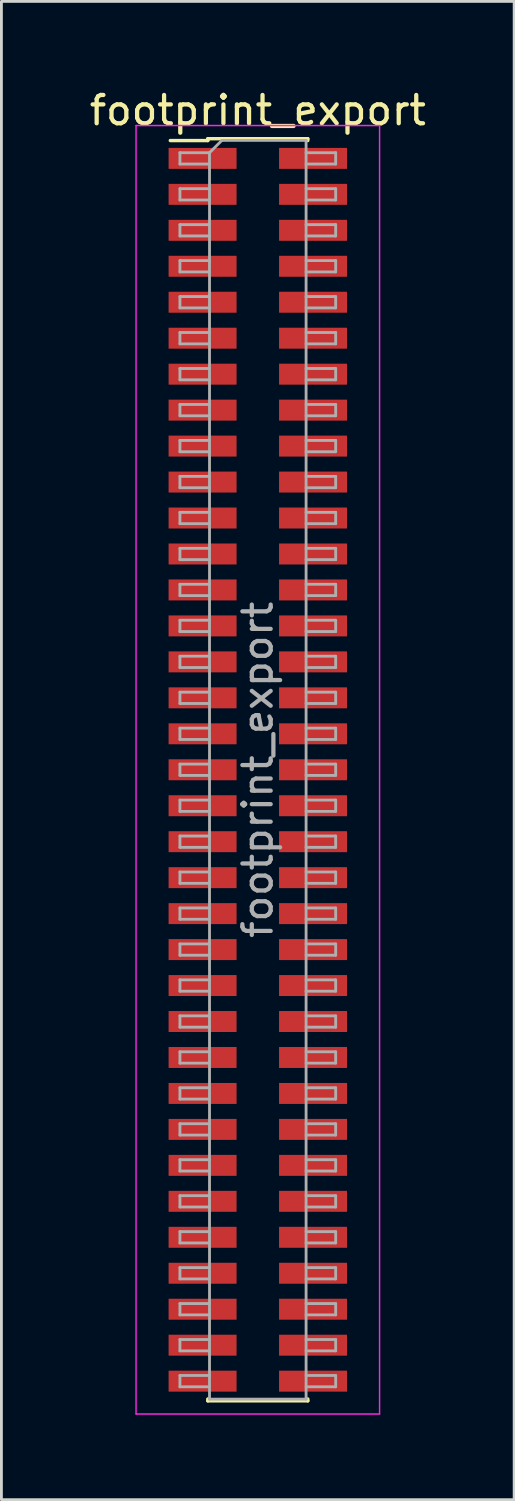
<source format=kicad_pcb>
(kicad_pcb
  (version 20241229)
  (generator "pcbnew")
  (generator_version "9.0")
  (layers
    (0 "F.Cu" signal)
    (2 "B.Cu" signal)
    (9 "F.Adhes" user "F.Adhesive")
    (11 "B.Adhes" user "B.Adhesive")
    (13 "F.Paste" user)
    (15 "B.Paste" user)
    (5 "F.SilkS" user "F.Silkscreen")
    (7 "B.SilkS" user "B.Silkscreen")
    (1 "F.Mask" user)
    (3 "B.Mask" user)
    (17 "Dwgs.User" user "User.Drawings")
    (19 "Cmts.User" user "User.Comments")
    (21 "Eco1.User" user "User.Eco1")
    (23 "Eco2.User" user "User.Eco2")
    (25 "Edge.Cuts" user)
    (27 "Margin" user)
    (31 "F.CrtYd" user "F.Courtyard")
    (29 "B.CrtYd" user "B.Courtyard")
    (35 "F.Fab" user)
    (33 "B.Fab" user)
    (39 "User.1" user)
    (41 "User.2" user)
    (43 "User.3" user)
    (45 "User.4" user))
  (footprint "footprint_export"
    (layer "F.Cu")
    (at 6.054 24.133)
    (property "Reference" "footprint_export" (at 0 -23.285 0) (layer "F.SilkS") (effects (font (size 1 1) (thickness 0.15))))
    (attr smd)
    (fp_line (start -3.09 -22.22) (end -1.765 -22.22) (stroke (width 0.12) (type solid)) (layer "F.SilkS"))
    (fp_line (start -1.765 -22.285) (end -1.765 -22.22) (stroke (width 0.12) (type solid)) (layer "F.SilkS"))
    (fp_line (start -1.765 -22.285) (end 1.765 -22.285) (stroke (width 0.12) (type solid)) (layer "F.SilkS"))
    (fp_line (start -1.765 22.22) (end -1.765 22.285) (stroke (width 0.12) (type solid)) (layer "F.SilkS"))
    (fp_line (start -1.765 22.285) (end 1.765 22.285) (stroke (width 0.12) (type solid)) (layer "F.SilkS"))
    (fp_line (start 1.765 -22.285) (end 1.765 -22.22) (stroke (width 0.12) (type solid)) (layer "F.SilkS"))
    (fp_line (start 1.765 22.22) (end 1.765 22.285) (stroke (width 0.12) (type solid)) (layer "F.SilkS"))
    (fp_line (start -4.3 -22.75) (end -4.3 22.75) (stroke (width 0.05) (type solid)) (layer "F.CrtYd"))
    (fp_line (start -4.3 22.75) (end 4.3 22.75) (stroke (width 0.05) (type solid)) (layer "F.CrtYd"))
    (fp_line (start 4.3 -22.75) (end -4.3 -22.75) (stroke (width 0.05) (type solid)) (layer "F.CrtYd"))
    (fp_line (start 4.3 22.75) (end 4.3 -22.75) (stroke (width 0.05) (type solid)) (layer "F.CrtYd"))
    (fp_line (start -2.75 -21.79) (end -2.75 -21.39) (stroke (width 0.1) (type solid)) (layer "F.Fab"))
    (fp_line (start -2.75 -21.39) (end -1.705 -21.39) (stroke (width 0.1) (type solid)) (layer "F.Fab"))
    (fp_line (start -2.75 -20.52) (end -2.75 -20.12) (stroke (width 0.1) (type solid)) (layer "F.Fab"))
    (fp_line (start -2.75 -20.12) (end -1.705 -20.12) (stroke (width 0.1) (type solid)) (layer "F.Fab"))
    (fp_line (start -2.75 -19.25) (end -2.75 -18.85) (stroke (width 0.1) (type solid)) (layer "F.Fab"))
    (fp_line (start -2.75 -18.85) (end -1.705 -18.85) (stroke (width 0.1) (type solid)) (layer "F.Fab"))
    (fp_line (start -2.75 -17.98) (end -2.75 -17.58) (stroke (width 0.1) (type solid)) (layer "F.Fab"))
    (fp_line (start -2.75 -17.58) (end -1.705 -17.58) (stroke (width 0.1) (type solid)) (layer "F.Fab"))
    (fp_line (start -2.75 -16.71) (end -2.75 -16.31) (stroke (width 0.1) (type solid)) (layer "F.Fab"))
    (fp_line (start -2.75 -16.31) (end -1.705 -16.31) (stroke (width 0.1) (type solid)) (layer "F.Fab"))
    (fp_line (start -2.75 -15.44) (end -2.75 -15.04) (stroke (width 0.1) (type solid)) (layer "F.Fab"))
    (fp_line (start -2.75 -15.04) (end -1.705 -15.04) (stroke (width 0.1) (type solid)) (layer "F.Fab"))
    (fp_line (start -2.75 -14.17) (end -2.75 -13.77) (stroke (width 0.1) (type solid)) (layer "F.Fab"))
    (fp_line (start -2.75 -13.77) (end -1.705 -13.77) (stroke (width 0.1) (type solid)) (layer "F.Fab"))
    (fp_line (start -2.75 -12.9) (end -2.75 -12.5) (stroke (width 0.1) (type solid)) (layer "F.Fab"))
    (fp_line (start -2.75 -12.5) (end -1.705 -12.5) (stroke (width 0.1) (type solid)) (layer "F.Fab"))
    (fp_line (start -2.75 -11.63) (end -2.75 -11.23) (stroke (width 0.1) (type solid)) (layer "F.Fab"))
    (fp_line (start -2.75 -11.23) (end -1.705 -11.23) (stroke (width 0.1) (type solid)) (layer "F.Fab"))
    (fp_line (start -2.75 -10.36) (end -2.75 -9.96) (stroke (width 0.1) (type solid)) (layer "F.Fab"))
    (fp_line (start -2.75 -9.96) (end -1.705 -9.96) (stroke (width 0.1) (type solid)) (layer "F.Fab"))
    (fp_line (start -2.75 -9.09) (end -2.75 -8.69) (stroke (width 0.1) (type solid)) (layer "F.Fab"))
    (fp_line (start -2.75 -8.69) (end -1.705 -8.69) (stroke (width 0.1) (type solid)) (layer "F.Fab"))
    (fp_line (start -2.75 -7.82) (end -2.75 -7.42) (stroke (width 0.1) (type solid)) (layer "F.Fab"))
    (fp_line (start -2.75 -7.42) (end -1.705 -7.42) (stroke (width 0.1) (type solid)) (layer "F.Fab"))
    (fp_line (start -2.75 -6.55) (end -2.75 -6.15) (stroke (width 0.1) (type solid)) (layer "F.Fab"))
    (fp_line (start -2.75 -6.15) (end -1.705 -6.15) (stroke (width 0.1) (type solid)) (layer "F.Fab"))
    (fp_line (start -2.75 -5.28) (end -2.75 -4.88) (stroke (width 0.1) (type solid)) (layer "F.Fab"))
    (fp_line (start -2.75 -4.88) (end -1.705 -4.88) (stroke (width 0.1) (type solid)) (layer "F.Fab"))
    (fp_line (start -2.75 -4.01) (end -2.75 -3.61) (stroke (width 0.1) (type solid)) (layer "F.Fab"))
    (fp_line (start -2.75 -3.61) (end -1.705 -3.61) (stroke (width 0.1) (type solid)) (layer "F.Fab"))
    (fp_line (start -2.75 -2.74) (end -2.75 -2.34) (stroke (width 0.1) (type solid)) (layer "F.Fab"))
    (fp_line (start -2.75 -2.34) (end -1.705 -2.34) (stroke (width 0.1) (type solid)) (layer "F.Fab"))
    (fp_line (start -2.75 -1.47) (end -2.75 -1.07) (stroke (width 0.1) (type solid)) (layer "F.Fab"))
    (fp_line (start -2.75 -1.07) (end -1.705 -1.07) (stroke (width 0.1) (type solid)) (layer "F.Fab"))
    (fp_line (start -2.75 -0.2) (end -2.75 0.2) (stroke (width 0.1) (type solid)) (layer "F.Fab"))
    (fp_line (start -2.75 0.2) (end -1.705 0.2) (stroke (width 0.1) (type solid)) (layer "F.Fab"))
    (fp_line (start -2.75 1.07) (end -2.75 1.47) (stroke (width 0.1) (type solid)) (layer "F.Fab"))
    (fp_line (start -2.75 1.47) (end -1.705 1.47) (stroke (width 0.1) (type solid)) (layer "F.Fab"))
    (fp_line (start -2.75 2.34) (end -2.75 2.74) (stroke (width 0.1) (type solid)) (layer "F.Fab"))
    (fp_line (start -2.75 2.74) (end -1.705 2.74) (stroke (width 0.1) (type solid)) (layer "F.Fab"))
    (fp_line (start -2.75 3.61) (end -2.75 4.01) (stroke (width 0.1) (type solid)) (layer "F.Fab"))
    (fp_line (start -2.75 4.01) (end -1.705 4.01) (stroke (width 0.1) (type solid)) (layer "F.Fab"))
    (fp_line (start -2.75 4.88) (end -2.75 5.28) (stroke (width 0.1) (type solid)) (layer "F.Fab"))
    (fp_line (start -2.75 5.28) (end -1.705 5.28) (stroke (width 0.1) (type solid)) (layer "F.Fab"))
    (fp_line (start -2.75 6.15) (end -2.75 6.55) (stroke (width 0.1) (type solid)) (layer "F.Fab"))
    (fp_line (start -2.75 6.55) (end -1.705 6.55) (stroke (width 0.1) (type solid)) (layer "F.Fab"))
    (fp_line (start -2.75 7.42) (end -2.75 7.82) (stroke (width 0.1) (type solid)) (layer "F.Fab"))
    (fp_line (start -2.75 7.82) (end -1.705 7.82) (stroke (width 0.1) (type solid)) (layer "F.Fab"))
    (fp_line (start -2.75 8.69) (end -2.75 9.09) (stroke (width 0.1) (type solid)) (layer "F.Fab"))
    (fp_line (start -2.75 9.09) (end -1.705 9.09) (stroke (width 0.1) (type solid)) (layer "F.Fab"))
    (fp_line (start -2.75 9.96) (end -2.75 10.36) (stroke (width 0.1) (type solid)) (layer "F.Fab"))
    (fp_line (start -2.75 10.36) (end -1.705 10.36) (stroke (width 0.1) (type solid)) (layer "F.Fab"))
    (fp_line (start -2.75 11.23) (end -2.75 11.63) (stroke (width 0.1) (type solid)) (layer "F.Fab"))
    (fp_line (start -2.75 11.63) (end -1.705 11.63) (stroke (width 0.1) (type solid)) (layer "F.Fab"))
    (fp_line (start -2.75 12.5) (end -2.75 12.9) (stroke (width 0.1) (type solid)) (layer "F.Fab"))
    (fp_line (start -2.75 12.9) (end -1.705 12.9) (stroke (width 0.1) (type solid)) (layer "F.Fab"))
    (fp_line (start -2.75 13.77) (end -2.75 14.17) (stroke (width 0.1) (type solid)) (layer "F.Fab"))
    (fp_line (start -2.75 14.17) (end -1.705 14.17) (stroke (width 0.1) (type solid)) (layer "F.Fab"))
    (fp_line (start -2.75 15.04) (end -2.75 15.44) (stroke (width 0.1) (type solid)) (layer "F.Fab"))
    (fp_line (start -2.75 15.44) (end -1.705 15.44) (stroke (width 0.1) (type solid)) (layer "F.Fab"))
    (fp_line (start -2.75 16.31) (end -2.75 16.71) (stroke (width 0.1) (type solid)) (layer "F.Fab"))
    (fp_line (start -2.75 16.71) (end -1.705 16.71) (stroke (width 0.1) (type solid)) (layer "F.Fab"))
    (fp_line (start -2.75 17.58) (end -2.75 17.98) (stroke (width 0.1) (type solid)) (layer "F.Fab"))
    (fp_line (start -2.75 17.98) (end -1.705 17.98) (stroke (width 0.1) (type solid)) (layer "F.Fab"))
    (fp_line (start -2.75 18.85) (end -2.75 19.25) (stroke (width 0.1) (type solid)) (layer "F.Fab"))
    (fp_line (start -2.75 19.25) (end -1.705 19.25) (stroke (width 0.1) (type solid)) (layer "F.Fab"))
    (fp_line (start -2.75 20.12) (end -2.75 20.52) (stroke (width 0.1) (type solid)) (layer "F.Fab"))
    (fp_line (start -2.75 20.52) (end -1.705 20.52) (stroke (width 0.1) (type solid)) (layer "F.Fab"))
    (fp_line (start -2.75 21.39) (end -2.75 21.79) (stroke (width 0.1) (type solid)) (layer "F.Fab"))
    (fp_line (start -2.75 21.79) (end -1.705 21.79) (stroke (width 0.1) (type solid)) (layer "F.Fab"))
    (fp_line (start -1.705 -21.79) (end -2.75 -21.79) (stroke (width 0.1) (type solid)) (layer "F.Fab"))
    (fp_line (start -1.705 -21.79) (end -1.27 -22.225) (stroke (width 0.1) (type solid)) (layer "F.Fab"))
    (fp_line (start -1.705 -20.52) (end -2.75 -20.52) (stroke (width 0.1) (type solid)) (layer "F.Fab"))
    (fp_line (start -1.705 -19.25) (end -2.75 -19.25) (stroke (width 0.1) (type solid)) (layer "F.Fab"))
    (fp_line (start -1.705 -17.98) (end -2.75 -17.98) (stroke (width 0.1) (type solid)) (layer "F.Fab"))
    (fp_line (start -1.705 -16.71) (end -2.75 -16.71) (stroke (width 0.1) (type solid)) (layer "F.Fab"))
    (fp_line (start -1.705 -15.44) (end -2.75 -15.44) (stroke (width 0.1) (type solid)) (layer "F.Fab"))
    (fp_line (start -1.705 -14.17) (end -2.75 -14.17) (stroke (width 0.1) (type solid)) (layer "F.Fab"))
    (fp_line (start -1.705 -12.9) (end -2.75 -12.9) (stroke (width 0.1) (type solid)) (layer "F.Fab"))
    (fp_line (start -1.705 -11.63) (end -2.75 -11.63) (stroke (width 0.1) (type solid)) (layer "F.Fab"))
    (fp_line (start -1.705 -10.36) (end -2.75 -10.36) (stroke (width 0.1) (type solid)) (layer "F.Fab"))
    (fp_line (start -1.705 -9.09) (end -2.75 -9.09) (stroke (width 0.1) (type solid)) (layer "F.Fab"))
    (fp_line (start -1.705 -7.82) (end -2.75 -7.82) (stroke (width 0.1) (type solid)) (layer "F.Fab"))
    (fp_line (start -1.705 -6.55) (end -2.75 -6.55) (stroke (width 0.1) (type solid)) (layer "F.Fab"))
    (fp_line (start -1.705 -5.28) (end -2.75 -5.28) (stroke (width 0.1) (type solid)) (layer "F.Fab"))
    (fp_line (start -1.705 -4.01) (end -2.75 -4.01) (stroke (width 0.1) (type solid)) (layer "F.Fab"))
    (fp_line (start -1.705 -2.74) (end -2.75 -2.74) (stroke (width 0.1) (type solid)) (layer "F.Fab"))
    (fp_line (start -1.705 -1.47) (end -2.75 -1.47) (stroke (width 0.1) (type solid)) (layer "F.Fab"))
    (fp_line (start -1.705 -0.2) (end -2.75 -0.2) (stroke (width 0.1) (type solid)) (layer "F.Fab"))
    (fp_line (start -1.705 1.07) (end -2.75 1.07) (stroke (width 0.1) (type solid)) (layer "F.Fab"))
    (fp_line (start -1.705 2.34) (end -2.75 2.34) (stroke (width 0.1) (type solid)) (layer "F.Fab"))
    (fp_line (start -1.705 3.61) (end -2.75 3.61) (stroke (width 0.1) (type solid)) (layer "F.Fab"))
    (fp_line (start -1.705 4.88) (end -2.75 4.88) (stroke (width 0.1) (type solid)) (layer "F.Fab"))
    (fp_line (start -1.705 6.15) (end -2.75 6.15) (stroke (width 0.1) (type solid)) (layer "F.Fab"))
    (fp_line (start -1.705 7.42) (end -2.75 7.42) (stroke (width 0.1) (type solid)) (layer "F.Fab"))
    (fp_line (start -1.705 8.69) (end -2.75 8.69) (stroke (width 0.1) (type solid)) (layer "F.Fab"))
    (fp_line (start -1.705 9.96) (end -2.75 9.96) (stroke (width 0.1) (type solid)) (layer "F.Fab"))
    (fp_line (start -1.705 11.23) (end -2.75 11.23) (stroke (width 0.1) (type solid)) (layer "F.Fab"))
    (fp_line (start -1.705 12.5) (end -2.75 12.5) (stroke (width 0.1) (type solid)) (layer "F.Fab"))
    (fp_line (start -1.705 13.77) (end -2.75 13.77) (stroke (width 0.1) (type solid)) (layer "F.Fab"))
    (fp_line (start -1.705 15.04) (end -2.75 15.04) (stroke (width 0.1) (type solid)) (layer "F.Fab"))
    (fp_line (start -1.705 16.31) (end -2.75 16.31) (stroke (width 0.1) (type solid)) (layer "F.Fab"))
    (fp_line (start -1.705 17.58) (end -2.75 17.58) (stroke (width 0.1) (type solid)) (layer "F.Fab"))
    (fp_line (start -1.705 18.85) (end -2.75 18.85) (stroke (width 0.1) (type solid)) (layer "F.Fab"))
    (fp_line (start -1.705 20.12) (end -2.75 20.12) (stroke (width 0.1) (type solid)) (layer "F.Fab"))
    (fp_line (start -1.705 21.39) (end -2.75 21.39) (stroke (width 0.1) (type solid)) (layer "F.Fab"))
    (fp_line (start -1.705 22.225) (end -1.705 -21.79) (stroke (width 0.1) (type solid)) (layer "F.Fab"))
    (fp_line (start -1.27 -22.225) (end 1.705 -22.225) (stroke (width 0.1) (type solid)) (layer "F.Fab"))
    (fp_line (start 1.705 -22.225) (end 1.705 22.225) (stroke (width 0.1) (type solid)) (layer "F.Fab"))
    (fp_line (start 1.705 -21.79) (end 2.75 -21.79) (stroke (width 0.1) (type solid)) (layer "F.Fab"))
    (fp_line (start 1.705 -20.52) (end 2.75 -20.52) (stroke (width 0.1) (type solid)) (layer "F.Fab"))
    (fp_line (start 1.705 -19.25) (end 2.75 -19.25) (stroke (width 0.1) (type solid)) (layer "F.Fab"))
    (fp_line (start 1.705 -17.98) (end 2.75 -17.98) (stroke (width 0.1) (type solid)) (layer "F.Fab"))
    (fp_line (start 1.705 -16.71) (end 2.75 -16.71) (stroke (width 0.1) (type solid)) (layer "F.Fab"))
    (fp_line (start 1.705 -15.44) (end 2.75 -15.44) (stroke (width 0.1) (type solid)) (layer "F.Fab"))
    (fp_line (start 1.705 -14.17) (end 2.75 -14.17) (stroke (width 0.1) (type solid)) (layer "F.Fab"))
    (fp_line (start 1.705 -12.9) (end 2.75 -12.9) (stroke (width 0.1) (type solid)) (layer "F.Fab"))
    (fp_line (start 1.705 -11.63) (end 2.75 -11.63) (stroke (width 0.1) (type solid)) (layer "F.Fab"))
    (fp_line (start 1.705 -10.36) (end 2.75 -10.36) (stroke (width 0.1) (type solid)) (layer "F.Fab"))
    (fp_line (start 1.705 -9.09) (end 2.75 -9.09) (stroke (width 0.1) (type solid)) (layer "F.Fab"))
    (fp_line (start 1.705 -7.82) (end 2.75 -7.82) (stroke (width 0.1) (type solid)) (layer "F.Fab"))
    (fp_line (start 1.705 -6.55) (end 2.75 -6.55) (stroke (width 0.1) (type solid)) (layer "F.Fab"))
    (fp_line (start 1.705 -5.28) (end 2.75 -5.28) (stroke (width 0.1) (type solid)) (layer "F.Fab"))
    (fp_line (start 1.705 -4.01) (end 2.75 -4.01) (stroke (width 0.1) (type solid)) (layer "F.Fab"))
    (fp_line (start 1.705 -2.74) (end 2.75 -2.74) (stroke (width 0.1) (type solid)) (layer "F.Fab"))
    (fp_line (start 1.705 -1.47) (end 2.75 -1.47) (stroke (width 0.1) (type solid)) (layer "F.Fab"))
    (fp_line (start 1.705 -0.2) (end 2.75 -0.2) (stroke (width 0.1) (type solid)) (layer "F.Fab"))
    (fp_line (start 1.705 1.07) (end 2.75 1.07) (stroke (width 0.1) (type solid)) (layer "F.Fab"))
    (fp_line (start 1.705 2.34) (end 2.75 2.34) (stroke (width 0.1) (type solid)) (layer "F.Fab"))
    (fp_line (start 1.705 3.61) (end 2.75 3.61) (stroke (width 0.1) (type solid)) (layer "F.Fab"))
    (fp_line (start 1.705 4.88) (end 2.75 4.88) (stroke (width 0.1) (type solid)) (layer "F.Fab"))
    (fp_line (start 1.705 6.15) (end 2.75 6.15) (stroke (width 0.1) (type solid)) (layer "F.Fab"))
    (fp_line (start 1.705 7.42) (end 2.75 7.42) (stroke (width 0.1) (type solid)) (layer "F.Fab"))
    (fp_line (start 1.705 8.69) (end 2.75 8.69) (stroke (width 0.1) (type solid)) (layer "F.Fab"))
    (fp_line (start 1.705 9.96) (end 2.75 9.96) (stroke (width 0.1) (type solid)) (layer "F.Fab"))
    (fp_line (start 1.705 11.23) (end 2.75 11.23) (stroke (width 0.1) (type solid)) (layer "F.Fab"))
    (fp_line (start 1.705 12.5) (end 2.75 12.5) (stroke (width 0.1) (type solid)) (layer "F.Fab"))
    (fp_line (start 1.705 13.77) (end 2.75 13.77) (stroke (width 0.1) (type solid)) (layer "F.Fab"))
    (fp_line (start 1.705 15.04) (end 2.75 15.04) (stroke (width 0.1) (type solid)) (layer "F.Fab"))
    (fp_line (start 1.705 16.31) (end 2.75 16.31) (stroke (width 0.1) (type solid)) (layer "F.Fab"))
    (fp_line (start 1.705 17.58) (end 2.75 17.58) (stroke (width 0.1) (type solid)) (layer "F.Fab"))
    (fp_line (start 1.705 18.85) (end 2.75 18.85) (stroke (width 0.1) (type solid)) (layer "F.Fab"))
    (fp_line (start 1.705 20.12) (end 2.75 20.12) (stroke (width 0.1) (type solid)) (layer "F.Fab"))
    (fp_line (start 1.705 21.39) (end 2.75 21.39) (stroke (width 0.1) (type solid)) (layer "F.Fab"))
    (fp_line (start 1.705 22.225) (end -1.705 22.225) (stroke (width 0.1) (type solid)) (layer "F.Fab"))
    (fp_line (start 2.75 -21.79) (end 2.75 -21.39) (stroke (width 0.1) (type solid)) (layer "F.Fab"))
    (fp_line (start 2.75 -21.39) (end 1.705 -21.39) (stroke (width 0.1) (type solid)) (layer "F.Fab"))
    (fp_line (start 2.75 -20.52) (end 2.75 -20.12) (stroke (width 0.1) (type solid)) (layer "F.Fab"))
    (fp_line (start 2.75 -20.12) (end 1.705 -20.12) (stroke (width 0.1) (type solid)) (layer "F.Fab"))
    (fp_line (start 2.75 -19.25) (end 2.75 -18.85) (stroke (width 0.1) (type solid)) (layer "F.Fab"))
    (fp_line (start 2.75 -18.85) (end 1.705 -18.85) (stroke (width 0.1) (type solid)) (layer "F.Fab"))
    (fp_line (start 2.75 -17.98) (end 2.75 -17.58) (stroke (width 0.1) (type solid)) (layer "F.Fab"))
    (fp_line (start 2.75 -17.58) (end 1.705 -17.58) (stroke (width 0.1) (type solid)) (layer "F.Fab"))
    (fp_line (start 2.75 -16.71) (end 2.75 -16.31) (stroke (width 0.1) (type solid)) (layer "F.Fab"))
    (fp_line (start 2.75 -16.31) (end 1.705 -16.31) (stroke (width 0.1) (type solid)) (layer "F.Fab"))
    (fp_line (start 2.75 -15.44) (end 2.75 -15.04) (stroke (width 0.1) (type solid)) (layer "F.Fab"))
    (fp_line (start 2.75 -15.04) (end 1.705 -15.04) (stroke (width 0.1) (type solid)) (layer "F.Fab"))
    (fp_line (start 2.75 -14.17) (end 2.75 -13.77) (stroke (width 0.1) (type solid)) (layer "F.Fab"))
    (fp_line (start 2.75 -13.77) (end 1.705 -13.77) (stroke (width 0.1) (type solid)) (layer "F.Fab"))
    (fp_line (start 2.75 -12.9) (end 2.75 -12.5) (stroke (width 0.1) (type solid)) (layer "F.Fab"))
    (fp_line (start 2.75 -12.5) (end 1.705 -12.5) (stroke (width 0.1) (type solid)) (layer "F.Fab"))
    (fp_line (start 2.75 -11.63) (end 2.75 -11.23) (stroke (width 0.1) (type solid)) (layer "F.Fab"))
    (fp_line (start 2.75 -11.23) (end 1.705 -11.23) (stroke (width 0.1) (type solid)) (layer "F.Fab"))
    (fp_line (start 2.75 -10.36) (end 2.75 -9.96) (stroke (width 0.1) (type solid)) (layer "F.Fab"))
    (fp_line (start 2.75 -9.96) (end 1.705 -9.96) (stroke (width 0.1) (type solid)) (layer "F.Fab"))
    (fp_line (start 2.75 -9.09) (end 2.75 -8.69) (stroke (width 0.1) (type solid)) (layer "F.Fab"))
    (fp_line (start 2.75 -8.69) (end 1.705 -8.69) (stroke (width 0.1) (type solid)) (layer "F.Fab"))
    (fp_line (start 2.75 -7.82) (end 2.75 -7.42) (stroke (width 0.1) (type solid)) (layer "F.Fab"))
    (fp_line (start 2.75 -7.42) (end 1.705 -7.42) (stroke (width 0.1) (type solid)) (layer "F.Fab"))
    (fp_line (start 2.75 -6.55) (end 2.75 -6.15) (stroke (width 0.1) (type solid)) (layer "F.Fab"))
    (fp_line (start 2.75 -6.15) (end 1.705 -6.15) (stroke (width 0.1) (type solid)) (layer "F.Fab"))
    (fp_line (start 2.75 -5.28) (end 2.75 -4.88) (stroke (width 0.1) (type solid)) (layer "F.Fab"))
    (fp_line (start 2.75 -4.88) (end 1.705 -4.88) (stroke (width 0.1) (type solid)) (layer "F.Fab"))
    (fp_line (start 2.75 -4.01) (end 2.75 -3.61) (stroke (width 0.1) (type solid)) (layer "F.Fab"))
    (fp_line (start 2.75 -3.61) (end 1.705 -3.61) (stroke (width 0.1) (type solid)) (layer "F.Fab"))
    (fp_line (start 2.75 -2.74) (end 2.75 -2.34) (stroke (width 0.1) (type solid)) (layer "F.Fab"))
    (fp_line (start 2.75 -2.34) (end 1.705 -2.34) (stroke (width 0.1) (type solid)) (layer "F.Fab"))
    (fp_line (start 2.75 -1.47) (end 2.75 -1.07) (stroke (width 0.1) (type solid)) (layer "F.Fab"))
    (fp_line (start 2.75 -1.07) (end 1.705 -1.07) (stroke (width 0.1) (type solid)) (layer "F.Fab"))
    (fp_line (start 2.75 -0.2) (end 2.75 0.2) (stroke (width 0.1) (type solid)) (layer "F.Fab"))
    (fp_line (start 2.75 0.2) (end 1.705 0.2) (stroke (width 0.1) (type solid)) (layer "F.Fab"))
    (fp_line (start 2.75 1.07) (end 2.75 1.47) (stroke (width 0.1) (type solid)) (layer "F.Fab"))
    (fp_line (start 2.75 1.47) (end 1.705 1.47) (stroke (width 0.1) (type solid)) (layer "F.Fab"))
    (fp_line (start 2.75 2.34) (end 2.75 2.74) (stroke (width 0.1) (type solid)) (layer "F.Fab"))
    (fp_line (start 2.75 2.74) (end 1.705 2.74) (stroke (width 0.1) (type solid)) (layer "F.Fab"))
    (fp_line (start 2.75 3.61) (end 2.75 4.01) (stroke (width 0.1) (type solid)) (layer "F.Fab"))
    (fp_line (start 2.75 4.01) (end 1.705 4.01) (stroke (width 0.1) (type solid)) (layer "F.Fab"))
    (fp_line (start 2.75 4.88) (end 2.75 5.28) (stroke (width 0.1) (type solid)) (layer "F.Fab"))
    (fp_line (start 2.75 5.28) (end 1.705 5.28) (stroke (width 0.1) (type solid)) (layer "F.Fab"))
    (fp_line (start 2.75 6.15) (end 2.75 6.55) (stroke (width 0.1) (type solid)) (layer "F.Fab"))
    (fp_line (start 2.75 6.55) (end 1.705 6.55) (stroke (width 0.1) (type solid)) (layer "F.Fab"))
    (fp_line (start 2.75 7.42) (end 2.75 7.82) (stroke (width 0.1) (type solid)) (layer "F.Fab"))
    (fp_line (start 2.75 7.82) (end 1.705 7.82) (stroke (width 0.1) (type solid)) (layer "F.Fab"))
    (fp_line (start 2.75 8.69) (end 2.75 9.09) (stroke (width 0.1) (type solid)) (layer "F.Fab"))
    (fp_line (start 2.75 9.09) (end 1.705 9.09) (stroke (width 0.1) (type solid)) (layer "F.Fab"))
    (fp_line (start 2.75 9.96) (end 2.75 10.36) (stroke (width 0.1) (type solid)) (layer "F.Fab"))
    (fp_line (start 2.75 10.36) (end 1.705 10.36) (stroke (width 0.1) (type solid)) (layer "F.Fab"))
    (fp_line (start 2.75 11.23) (end 2.75 11.63) (stroke (width 0.1) (type solid)) (layer "F.Fab"))
    (fp_line (start 2.75 11.63) (end 1.705 11.63) (stroke (width 0.1) (type solid)) (layer "F.Fab"))
    (fp_line (start 2.75 12.5) (end 2.75 12.9) (stroke (width 0.1) (type solid)) (layer "F.Fab"))
    (fp_line (start 2.75 12.9) (end 1.705 12.9) (stroke (width 0.1) (type solid)) (layer "F.Fab"))
    (fp_line (start 2.75 13.77) (end 2.75 14.17) (stroke (width 0.1) (type solid)) (layer "F.Fab"))
    (fp_line (start 2.75 14.17) (end 1.705 14.17) (stroke (width 0.1) (type solid)) (layer "F.Fab"))
    (fp_line (start 2.75 15.04) (end 2.75 15.44) (stroke (width 0.1) (type solid)) (layer "F.Fab"))
    (fp_line (start 2.75 15.44) (end 1.705 15.44) (stroke (width 0.1) (type solid)) (layer "F.Fab"))
    (fp_line (start 2.75 16.31) (end 2.75 16.71) (stroke (width 0.1) (type solid)) (layer "F.Fab"))
    (fp_line (start 2.75 16.71) (end 1.705 16.71) (stroke (width 0.1) (type solid)) (layer "F.Fab"))
    (fp_line (start 2.75 17.58) (end 2.75 17.98) (stroke (width 0.1) (type solid)) (layer "F.Fab"))
    (fp_line (start 2.75 17.98) (end 1.705 17.98) (stroke (width 0.1) (type solid)) (layer "F.Fab"))
    (fp_line (start 2.75 18.85) (end 2.75 19.25) (stroke (width 0.1) (type solid)) (layer "F.Fab"))
    (fp_line (start 2.75 19.25) (end 1.705 19.25) (stroke (width 0.1) (type solid)) (layer "F.Fab"))
    (fp_line (start 2.75 20.12) (end 2.75 20.52) (stroke (width 0.1) (type solid)) (layer "F.Fab"))
    (fp_line (start 2.75 20.52) (end 1.705 20.52) (stroke (width 0.1) (type solid)) (layer "F.Fab"))
    (fp_line (start 2.75 21.39) (end 2.75 21.79) (stroke (width 0.1) (type solid)) (layer "F.Fab"))
    (fp_line (start 2.75 21.79) (end 1.705 21.79) (stroke (width 0.1) (type solid)) (layer "F.Fab"))
    (fp_text user "${REFERENCE}" (at 0 0 90) (layer "F.Fab") (effects (font (size 1 1) (thickness 0.15))))
    (pad "1" smd rect (at -1.95 -21.59) (size 2.4 0.74) (layers "F.Cu" "F.Mask" "F.Paste"))
    (pad "2" smd rect (at 1.95 -21.59) (size 2.4 0.74) (layers "F.Cu" "F.Mask" "F.Paste"))
    (pad "3" smd rect (at -1.95 -20.32) (size 2.4 0.74) (layers "F.Cu" "F.Mask" "F.Paste"))
    (pad "4" smd rect (at 1.95 -20.32) (size 2.4 0.74) (layers "F.Cu" "F.Mask" "F.Paste"))
    (pad "5" smd rect (at -1.95 -19.05) (size 2.4 0.74) (layers "F.Cu" "F.Mask" "F.Paste"))
    (pad "6" smd rect (at 1.95 -19.05) (size 2.4 0.74) (layers "F.Cu" "F.Mask" "F.Paste"))
    (pad "7" smd rect (at -1.95 -17.78) (size 2.4 0.74) (layers "F.Cu" "F.Mask" "F.Paste"))
    (pad "8" smd rect (at 1.95 -17.78) (size 2.4 0.74) (layers "F.Cu" "F.Mask" "F.Paste"))
    (pad "9" smd rect (at -1.95 -16.51) (size 2.4 0.74) (layers "F.Cu" "F.Mask" "F.Paste"))
    (pad "10" smd rect (at 1.95 -16.51) (size 2.4 0.74) (layers "F.Cu" "F.Mask" "F.Paste"))
    (pad "11" smd rect (at -1.95 -15.24) (size 2.4 0.74) (layers "F.Cu" "F.Mask" "F.Paste"))
    (pad "12" smd rect (at 1.95 -15.24) (size 2.4 0.74) (layers "F.Cu" "F.Mask" "F.Paste"))
    (pad "13" smd rect (at -1.95 -13.97) (size 2.4 0.74) (layers "F.Cu" "F.Mask" "F.Paste"))
    (pad "14" smd rect (at 1.95 -13.97) (size 2.4 0.74) (layers "F.Cu" "F.Mask" "F.Paste"))
    (pad "15" smd rect (at -1.95 -12.7) (size 2.4 0.74) (layers "F.Cu" "F.Mask" "F.Paste"))
    (pad "16" smd rect (at 1.95 -12.7) (size 2.4 0.74) (layers "F.Cu" "F.Mask" "F.Paste"))
    (pad "17" smd rect (at -1.95 -11.43) (size 2.4 0.74) (layers "F.Cu" "F.Mask" "F.Paste"))
    (pad "18" smd rect (at 1.95 -11.43) (size 2.4 0.74) (layers "F.Cu" "F.Mask" "F.Paste"))
    (pad "19" smd rect (at -1.95 -10.16) (size 2.4 0.74) (layers "F.Cu" "F.Mask" "F.Paste"))
    (pad "20" smd rect (at 1.95 -10.16) (size 2.4 0.74) (layers "F.Cu" "F.Mask" "F.Paste"))
    (pad "21" smd rect (at -1.95 -8.89) (size 2.4 0.74) (layers "F.Cu" "F.Mask" "F.Paste"))
    (pad "22" smd rect (at 1.95 -8.89) (size 2.4 0.74) (layers "F.Cu" "F.Mask" "F.Paste"))
    (pad "23" smd rect (at -1.95 -7.62) (size 2.4 0.74) (layers "F.Cu" "F.Mask" "F.Paste"))
    (pad "24" smd rect (at 1.95 -7.62) (size 2.4 0.74) (layers "F.Cu" "F.Mask" "F.Paste"))
    (pad "25" smd rect (at -1.95 -6.35) (size 2.4 0.74) (layers "F.Cu" "F.Mask" "F.Paste"))
    (pad "26" smd rect (at 1.95 -6.35) (size 2.4 0.74) (layers "F.Cu" "F.Mask" "F.Paste"))
    (pad "27" smd rect (at -1.95 -5.08) (size 2.4 0.74) (layers "F.Cu" "F.Mask" "F.Paste"))
    (pad "28" smd rect (at 1.95 -5.08) (size 2.4 0.74) (layers "F.Cu" "F.Mask" "F.Paste"))
    (pad "29" smd rect (at -1.95 -3.81) (size 2.4 0.74) (layers "F.Cu" "F.Mask" "F.Paste"))
    (pad "30" smd rect (at 1.95 -3.81) (size 2.4 0.74) (layers "F.Cu" "F.Mask" "F.Paste"))
    (pad "31" smd rect (at -1.95 -2.54) (size 2.4 0.74) (layers "F.Cu" "F.Mask" "F.Paste"))
    (pad "32" smd rect (at 1.95 -2.54) (size 2.4 0.74) (layers "F.Cu" "F.Mask" "F.Paste"))
    (pad "33" smd rect (at -1.95 -1.27) (size 2.4 0.74) (layers "F.Cu" "F.Mask" "F.Paste"))
    (pad "34" smd rect (at 1.95 -1.27) (size 2.4 0.74) (layers "F.Cu" "F.Mask" "F.Paste"))
    (pad "35" smd rect (at -1.95 0) (size 2.4 0.74) (layers "F.Cu" "F.Mask" "F.Paste"))
    (pad "36" smd rect (at 1.95 0) (size 2.4 0.74) (layers "F.Cu" "F.Mask" "F.Paste"))
    (pad "37" smd rect (at -1.95 1.27) (size 2.4 0.74) (layers "F.Cu" "F.Mask" "F.Paste"))
    (pad "38" smd rect (at 1.95 1.27) (size 2.4 0.74) (layers "F.Cu" "F.Mask" "F.Paste"))
    (pad "39" smd rect (at -1.95 2.54) (size 2.4 0.74) (layers "F.Cu" "F.Mask" "F.Paste"))
    (pad "40" smd rect (at 1.95 2.54) (size 2.4 0.74) (layers "F.Cu" "F.Mask" "F.Paste"))
    (pad "41" smd rect (at -1.95 3.81) (size 2.4 0.74) (layers "F.Cu" "F.Mask" "F.Paste"))
    (pad "42" smd rect (at 1.95 3.81) (size 2.4 0.74) (layers "F.Cu" "F.Mask" "F.Paste"))
    (pad "43" smd rect (at -1.95 5.08) (size 2.4 0.74) (layers "F.Cu" "F.Mask" "F.Paste"))
    (pad "44" smd rect (at 1.95 5.08) (size 2.4 0.74) (layers "F.Cu" "F.Mask" "F.Paste"))
    (pad "45" smd rect (at -1.95 6.35) (size 2.4 0.74) (layers "F.Cu" "F.Mask" "F.Paste"))
    (pad "46" smd rect (at 1.95 6.35) (size 2.4 0.74) (layers "F.Cu" "F.Mask" "F.Paste"))
    (pad "47" smd rect (at -1.95 7.62) (size 2.4 0.74) (layers "F.Cu" "F.Mask" "F.Paste"))
    (pad "48" smd rect (at 1.95 7.62) (size 2.4 0.74) (layers "F.Cu" "F.Mask" "F.Paste"))
    (pad "49" smd rect (at -1.95 8.89) (size 2.4 0.74) (layers "F.Cu" "F.Mask" "F.Paste"))
    (pad "50" smd rect (at 1.95 8.89) (size 2.4 0.74) (layers "F.Cu" "F.Mask" "F.Paste"))
    (pad "51" smd rect (at -1.95 10.16) (size 2.4 0.74) (layers "F.Cu" "F.Mask" "F.Paste"))
    (pad "52" smd rect (at 1.95 10.16) (size 2.4 0.74) (layers "F.Cu" "F.Mask" "F.Paste"))
    (pad "53" smd rect (at -1.95 11.43) (size 2.4 0.74) (layers "F.Cu" "F.Mask" "F.Paste"))
    (pad "54" smd rect (at 1.95 11.43) (size 2.4 0.74) (layers "F.Cu" "F.Mask" "F.Paste"))
    (pad "55" smd rect (at -1.95 12.7) (size 2.4 0.74) (layers "F.Cu" "F.Mask" "F.Paste"))
    (pad "56" smd rect (at 1.95 12.7) (size 2.4 0.74) (layers "F.Cu" "F.Mask" "F.Paste"))
    (pad "57" smd rect (at -1.95 13.97) (size 2.4 0.74) (layers "F.Cu" "F.Mask" "F.Paste"))
    (pad "58" smd rect (at 1.95 13.97) (size 2.4 0.74) (layers "F.Cu" "F.Mask" "F.Paste"))
    (pad "59" smd rect (at -1.95 15.24) (size 2.4 0.74) (layers "F.Cu" "F.Mask" "F.Paste"))
    (pad "60" smd rect (at 1.95 15.24) (size 2.4 0.74) (layers "F.Cu" "F.Mask" "F.Paste"))
    (pad "61" smd rect (at -1.95 16.51) (size 2.4 0.74) (layers "F.Cu" "F.Mask" "F.Paste"))
    (pad "62" smd rect (at 1.95 16.51) (size 2.4 0.74) (layers "F.Cu" "F.Mask" "F.Paste"))
    (pad "63" smd rect (at -1.95 17.78) (size 2.4 0.74) (layers "F.Cu" "F.Mask" "F.Paste"))
    (pad "64" smd rect (at 1.95 17.78) (size 2.4 0.74) (layers "F.Cu" "F.Mask" "F.Paste"))
    (pad "65" smd rect (at -1.95 19.05) (size 2.4 0.74) (layers "F.Cu" "F.Mask" "F.Paste"))
    (pad "66" smd rect (at 1.95 19.05) (size 2.4 0.74) (layers "F.Cu" "F.Mask" "F.Paste"))
    (pad "67" smd rect (at -1.95 20.32) (size 2.4 0.74) (layers "F.Cu" "F.Mask" "F.Paste"))
    (pad "68" smd rect (at 1.95 20.32) (size 2.4 0.74) (layers "F.Cu" "F.Mask" "F.Paste"))
    (pad "69" smd rect (at -1.95 21.59) (size 2.4 0.74) (layers "F.Cu" "F.Mask" "F.Paste"))
    (pad "70" smd rect (at 1.95 21.59) (size 2.4 0.74) (layers "F.Cu" "F.Mask" "F.Paste")))
  (gr_rect
    (start -3 -3)
    (end 15.107 49.908)
    (stroke (width 0.1) (type default))
    (fill no)
    (layer "Edge.Cuts")))
</source>
